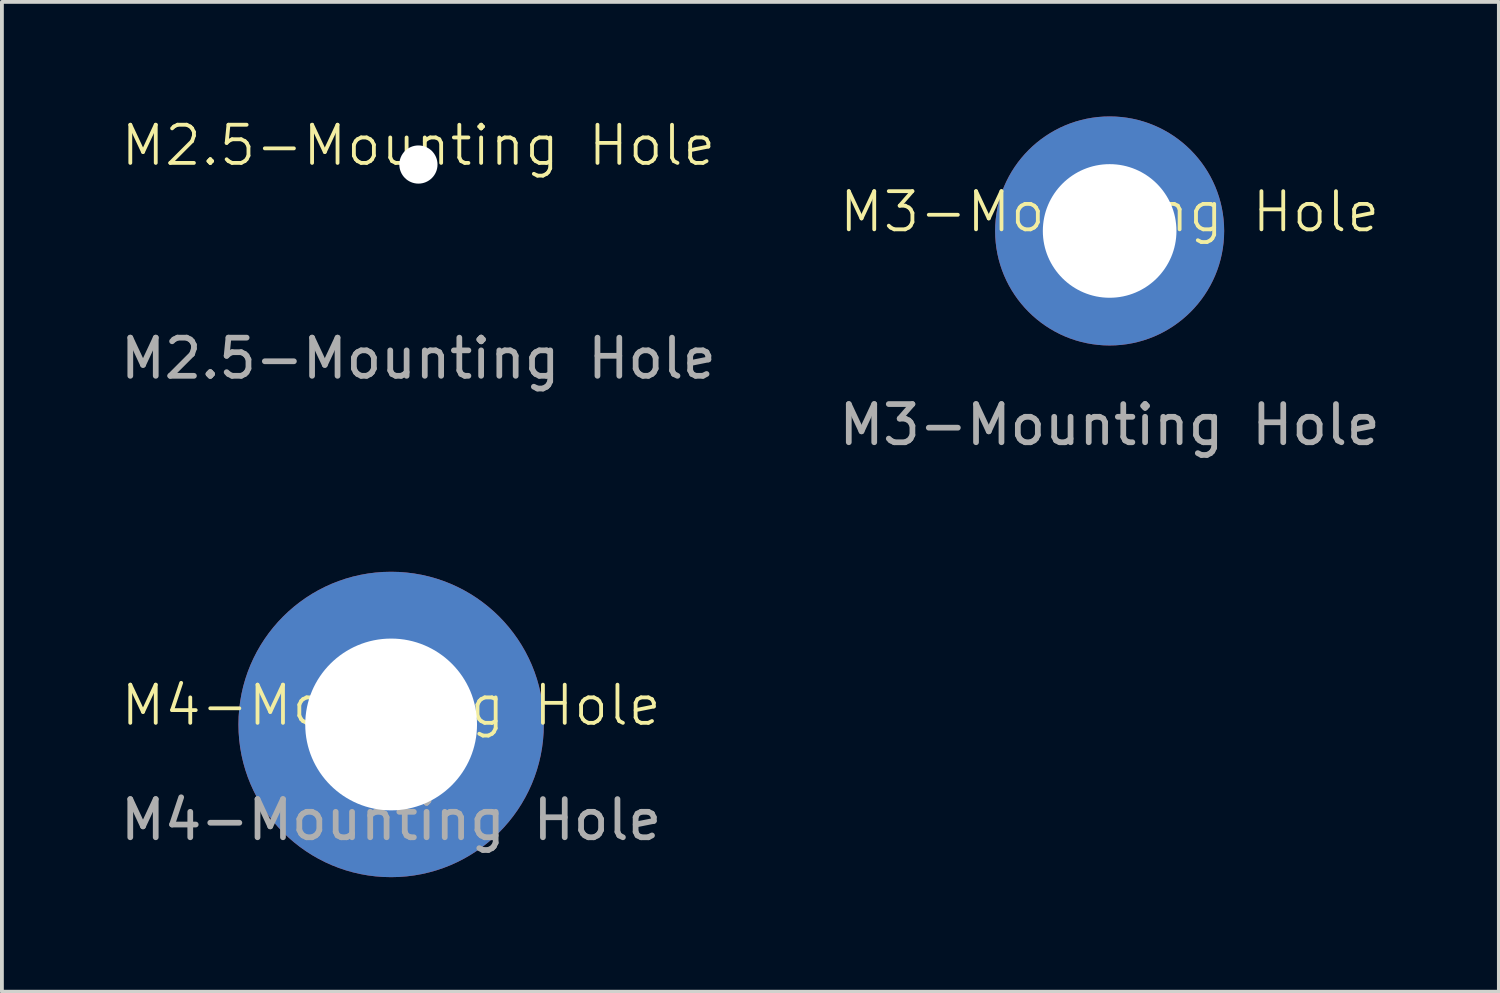
<source format=kicad_pcb>
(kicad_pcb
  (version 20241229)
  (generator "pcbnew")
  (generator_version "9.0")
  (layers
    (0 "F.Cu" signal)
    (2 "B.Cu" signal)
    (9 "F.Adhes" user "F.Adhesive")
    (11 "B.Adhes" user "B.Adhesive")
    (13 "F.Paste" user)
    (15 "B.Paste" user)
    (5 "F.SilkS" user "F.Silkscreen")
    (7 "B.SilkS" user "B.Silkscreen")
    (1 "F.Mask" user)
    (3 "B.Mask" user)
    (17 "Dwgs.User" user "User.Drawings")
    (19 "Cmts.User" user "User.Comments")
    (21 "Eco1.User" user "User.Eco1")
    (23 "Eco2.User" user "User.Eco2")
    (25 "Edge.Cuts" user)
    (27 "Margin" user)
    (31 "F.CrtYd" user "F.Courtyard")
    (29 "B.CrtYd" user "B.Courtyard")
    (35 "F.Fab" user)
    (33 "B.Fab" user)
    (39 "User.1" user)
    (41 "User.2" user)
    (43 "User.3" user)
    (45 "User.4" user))
  (footprint "M2.5-Mounting Hole"
    (layer "F.Cu")
    (at 7.911 1.26)
    (property "Reference" "M2.5-Mounting Hole" (at 0 -0.5 0) (unlocked yes) (layer "F.SilkS") (effects (font (size 1 1) (thickness 0.1))))
    (attr exclude_from_pos_files exclude_from_bom)
    (fp_text user "${REFERENCE}" (at 0 5.08 0) (unlocked yes) (layer "F.Fab") (effects (font (size 1 1) (thickness 0.15))))
    (pad "" np_thru_hole circle (at 0 0) (size 1 1) (drill 2.5) (layers "*.Cu" "*.Mask")))
  (footprint "M4-Mounting Hole"
    (layer "F.Cu")
    (at 7.196 15.928)
    (property "Reference" "M4-Mounting Hole" (at 0 -0.5 0) (unlocked yes) (layer "F.SilkS") (effects (font (size 1 1) (thickness 0.1))))
    (attr exclude_from_pos_files exclude_from_bom)
    (fp_text user "${REFERENCE}" (at 0 2.5 0) (unlocked yes) (layer "F.Fab") (effects (font (size 1 1) (thickness 0.15))))
    (pad "" thru_hole circle (at 0 0) (size 8 8) (drill 4.5) (layers "*.Cu" "*.Mask")))
  (footprint "M3-Mounting Hole"
    (layer "F.Cu")
    (at 26.018 3)
    (property "Reference" "M3-Mounting Hole" (at 0 -0.5 0) (unlocked yes) (layer "F.SilkS") (effects (font (size 1 1) (thickness 0.1))))
    (attr exclude_from_pos_files exclude_from_bom)
    (fp_text user "${REFERENCE}" (at 0 5.08 0) (unlocked yes) (layer "F.Fab") (effects (font (size 1 1) (thickness 0.15))))
    (pad "" thru_hole circle (at 0 0) (size 6 6) (drill 3.5) (layers "*.Cu" "*.Mask")))
  (gr_rect
    (start -3 -3)
    (end 36.214 22.928)
    (stroke (width 0.1) (type default))
    (fill no)
    (layer "Edge.Cuts")))
</source>
